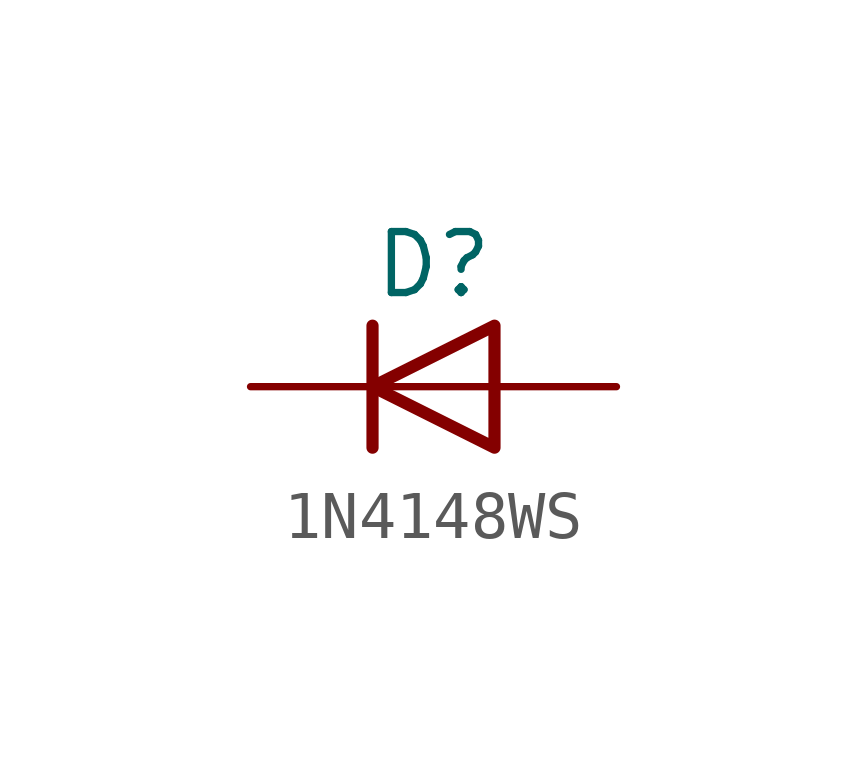
<source format=kicad_sym>
(kicad_symbol_lib
  (version 20241209)
  (generator "kicad_symbol_editor")
  (generator_version "9.0")
  (symbol "1N4148WS"
    (pin_numbers
      (hide yes))
    (pin_names
      (hide yes))
    (property "Reference" "D"
      (at 0 2.54 0)
      (effects (font (size 1.27 1.27))))
    (symbol "1N4148WS_0_1"
      (polyline (pts (xy -1.27 1.27) (xy -1.27 -1.27)) (stroke (width 0.254) (type default)) (fill (type none)))
      (polyline (pts (xy 1.27 1.27) (xy 1.27 -1.27) (xy -1.27 0) (xy 1.27 1.27)) (stroke (width 0.254) (type default)) (fill (type none)))
      (polyline (pts (xy 1.27 0) (xy -1.27 0)) (stroke (width 0) (type default)) (fill (type none))))
    (symbol "1N4148WS_1_1"
      (pin passive line (at -3.81 0 0) (length 2.54) (name "K" (effects (font (size 1.27 1.27)))) (number "1" (effects (font (size 1.27 1.27)))))
      (pin passive line (at 3.81 0 180) (length 2.54) (name "A" (effects (font (size 1.27 1.27)))) (number "2" (effects (font (size 1.27 1.27))))))))
</source>
